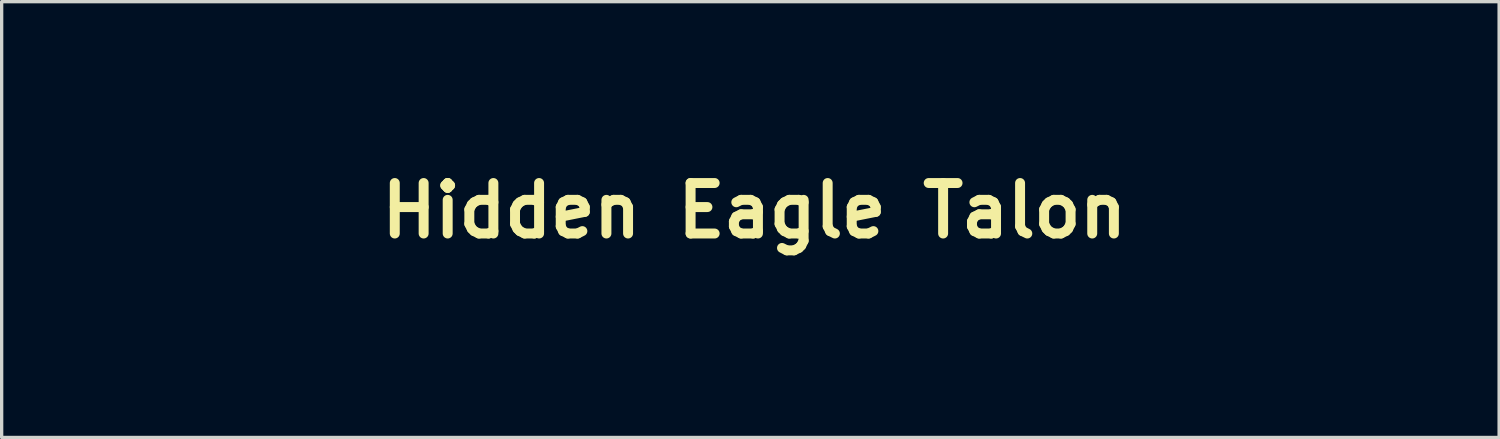
<source format=kicad_pcb>
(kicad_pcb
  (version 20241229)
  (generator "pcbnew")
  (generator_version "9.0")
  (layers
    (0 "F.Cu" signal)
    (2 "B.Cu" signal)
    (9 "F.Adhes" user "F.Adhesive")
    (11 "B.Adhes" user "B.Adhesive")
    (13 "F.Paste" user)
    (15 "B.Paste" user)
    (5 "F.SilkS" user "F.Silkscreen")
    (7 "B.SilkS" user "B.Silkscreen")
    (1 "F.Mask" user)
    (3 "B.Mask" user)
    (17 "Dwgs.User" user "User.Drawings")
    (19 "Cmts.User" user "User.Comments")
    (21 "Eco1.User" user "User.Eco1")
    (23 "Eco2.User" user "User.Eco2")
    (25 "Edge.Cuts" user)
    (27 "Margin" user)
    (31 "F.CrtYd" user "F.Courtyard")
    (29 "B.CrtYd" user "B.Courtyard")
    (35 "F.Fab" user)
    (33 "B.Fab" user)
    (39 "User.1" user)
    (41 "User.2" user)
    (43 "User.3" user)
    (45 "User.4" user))
  (footprint "Hidden Eagle Talon"
    (layer "F.Cu")
    (at 19.712 3.307)
    (property "Reference" "Hidden Eagle Talon" (at 0 0 0) (layer "F.SilkS") (effects (font (size 1.524 1.524) (thickness 0.3))))
    (attr through_hole)
    (fp_poly (pts (xy -2.213 -1.814) (xy -2.431 -1.814) (xy -2.431 -2.83) (xy -2.213 -2.83) (xy -2.213 -1.814)) (stroke (width 0.01) (type solid)) (fill yes) (layer "F.Mask"))
    (fp_poly (pts (xy 0.254 3.375) (xy 0.036 3.375) (xy 0.036 2.359) (xy 0.254 2.359) (xy 0.254 3.375)) (stroke (width 0.01) (type solid)) (fill yes) (layer "F.Mask"))
    (fp_poly (pts (xy 9.362 3.375) (xy 9.144 3.375) (xy 9.144 1.887) (xy 9.362 1.887) (xy 9.362 3.375)) (stroke (width 0.01) (type solid)) (fill yes) (layer "F.Mask"))
    (fp_poly (pts (xy 10.233 0.762) (xy 10.015 0.762) (xy 10.015 -0.254) (xy 10.233 -0.254) (xy 10.233 0.762)) (stroke (width 0.01) (type solid)) (fill yes) (layer "F.Mask"))
    (fp_poly (pts (xy 13.68 3.375) (xy 13.462 3.375) (xy 13.462 1.887) (xy 13.68 1.887) (xy 13.68 3.375)) (stroke (width 0.01) (type solid)) (fill yes) (layer "F.Mask"))
    (fp_poly (pts (xy 17.018 -1.814) (xy 16.837 -1.814) (xy 16.837 -3.302) (xy 17.018 -3.302) (xy 17.018 -1.814)) (stroke (width 0.01) (type solid)) (fill yes) (layer "F.Mask"))
    (fp_poly (pts (xy 9.217 0.544) (xy 9.761 0.544) (xy 9.761 0.762) (xy 8.999 0.762) (xy 8.999 -0.617) (xy 9.217 -0.617) (xy 9.217 0.544)) (stroke (width 0.01) (type solid)) (fill yes) (layer "F.Mask"))
    (fp_poly (pts (xy -2.227 -3.239) (xy -2.199 -3.196) (xy -2.195 -3.139) (xy -2.206 -3.059) (xy -2.253 -3.026) (xy -2.295 -3.018) (xy -2.384 -3.028) (xy -2.416 -3.062) (xy -2.431 -3.164) (xy -2.386 -3.228) (xy -2.304 -3.248) (xy -2.227 -3.239)) (stroke (width 0.01) (type solid)) (fill yes) (layer "F.Mask"))
    (fp_poly (pts (xy 0.241 1.95) (xy 0.269 1.993) (xy 0.272 2.05) (xy 0.261 2.13) (xy 0.214 2.163) (xy 0.172 2.171) (xy 0.083 2.161) (xy 0.051 2.127) (xy 0.037 2.025) (xy 0.081 1.96) (xy 0.164 1.941) (xy 0.241 1.95)) (stroke (width 0.01) (type solid)) (fill yes) (layer "F.Mask"))
    (fp_poly (pts (xy 10.189 -0.659) (xy 10.212 -0.609) (xy 10.214 -0.562) (xy 10.202 -0.48) (xy 10.153 -0.446) (xy 10.133 -0.442) (xy 10.057 -0.454) (xy 10.03 -0.485) (xy 10.016 -0.585) (xy 10.056 -0.652) (xy 10.124 -0.671) (xy 10.189 -0.659)) (stroke (width 0.01) (type solid)) (fill yes) (layer "F.Mask"))
    (fp_poly (pts (xy -1.125 2.576) (xy -0.544 2.576) (xy -0.544 1.996) (xy -0.327 1.996) (xy -0.327 3.375) (xy -0.544 3.375) (xy -0.544 2.794) (xy -1.125 2.794) (xy -1.125 3.375) (xy -1.343 3.375) (xy -1.343 1.996) (xy -1.125 1.996) (xy -1.125 2.576)) (stroke (width 0.01) (type solid)) (fill yes) (layer "F.Mask"))
    (fp_poly (pts (xy 6.568 2.213) (xy 5.951 2.213) (xy 5.951 2.576) (xy 6.459 2.576) (xy 6.459 2.794) (xy 5.951 2.794) (xy 5.951 3.157) (xy 6.568 3.157) (xy 6.568 3.375) (xy 5.733 3.375) (xy 5.733 1.996) (xy 6.568 1.996) (xy 6.568 2.213)) (stroke (width 0.01) (type solid)) (fill yes) (layer "F.Mask"))
    (fp_poly (pts (xy -11.732 1.987) (xy -11.61 2.162) (xy -11.488 2.337) (xy -11.378 2.492) (xy -11.295 2.609) (xy -11.286 2.622) (xy -11.136 2.83) (xy -14.262 2.83) (xy -14.076 2.567) (xy -13.977 2.426) (xy -13.854 2.251) (xy -13.724 2.066) (xy -13.631 1.933) (xy -13.371 1.561) (xy -12.7 1.561) (xy -12.029 1.561) (xy -11.732 1.987)) (stroke (width 0.01) (type solid)) (fill yes) (layer "F.Mask"))
    (fp_poly (pts (xy 12.119 2.105) (xy 12.116 2.167) (xy 12.094 2.199) (xy 12.036 2.211) (xy 11.923 2.213) (xy 11.92 2.213) (xy 11.72 2.213) (xy 11.72 3.375) (xy 11.503 3.375) (xy 11.503 2.213) (xy 11.303 2.213) (xy 11.189 2.212) (xy 11.13 2.2) (xy 11.107 2.168) (xy 11.103 2.106) (xy 11.103 2.105) (xy 11.103 1.996) (xy 12.119 1.996) (xy 12.119 2.105)) (stroke (width 0.01) (type solid)) (fill yes) (layer "F.Mask"))
    (fp_poly (pts (xy 4.679 2.335) (xy 4.785 2.389) (xy 4.81 2.411) (xy 4.847 2.453) (xy 4.872 2.499) (xy 4.888 2.562) (xy 4.895 2.66) (xy 4.898 2.805) (xy 4.899 2.937) (xy 4.899 3.375) (xy 4.683 3.375) (xy 4.663 2.522) (xy 4.54 2.51) (xy 4.427 2.508) (xy 4.331 2.52) (xy 4.294 2.532) (xy 4.27 2.555) (xy 4.255 2.602) (xy 4.248 2.686) (xy 4.246 2.82) (xy 4.245 2.958) (xy 4.245 3.375) (xy 4.028 3.375) (xy 4.028 2.359) (xy 4.115 2.359) (xy 4.187 2.371) (xy 4.215 2.394) (xy 4.255 2.406) (xy 4.343 2.387) (xy 4.372 2.377) (xy 4.546 2.331) (xy 4.679 2.335)) (stroke (width 0.01) (type solid)) (fill yes) (layer "F.Mask"))
    (fp_poly (pts (xy 17.606 -2.422) (xy 17.617 -2.014) (xy 17.74 -2.002) (xy 17.853 -2) (xy 17.948 -2.012) (xy 17.986 -2.024) (xy 18.01 -2.048) (xy 18.025 -2.097) (xy 18.032 -2.183) (xy 18.034 -2.321) (xy 18.034 -2.432) (xy 18.034 -2.83) (xy 18.252 -2.83) (xy 18.252 -1.814) (xy 18.164 -1.814) (xy 18.092 -1.827) (xy 18.064 -1.85) (xy 18.025 -1.862) (xy 17.937 -1.843) (xy 17.907 -1.833) (xy 17.733 -1.787) (xy 17.6 -1.79) (xy 17.495 -1.845) (xy 17.47 -1.867) (xy 17.432 -1.909) (xy 17.407 -1.954) (xy 17.392 -2.018) (xy 17.384 -2.115) (xy 17.381 -2.26) (xy 17.381 -2.393) (xy 17.381 -2.83) (xy 17.596 -2.83) (xy 17.606 -2.422)) (stroke (width 0.01) (type solid)) (fill yes) (layer "F.Mask"))
    (fp_poly (pts (xy 11.238 -0.272) (xy 11.347 -0.232) (xy 11.393 -0.182) (xy 11.408 -0.12) (xy 11.419 -0.003) (xy 11.427 0.153) (xy 11.43 0.324) (xy 11.43 0.762) (xy 11.215 0.762) (xy 11.194 -0.091) (xy 11.06 -0.102) (xy 10.946 -0.106) (xy 10.867 -0.089) (xy 10.818 -0.041) (xy 10.79 0.05) (xy 10.779 0.194) (xy 10.777 0.364) (xy 10.777 0.762) (xy 10.595 0.762) (xy 10.595 0.254) (xy 10.596 0.053) (xy 10.599 -0.087) (xy 10.605 -0.176) (xy 10.617 -0.227) (xy 10.636 -0.249) (xy 10.663 -0.254) (xy 10.665 -0.254) (xy 10.729 -0.237) (xy 10.747 -0.217) (xy 10.787 -0.204) (xy 10.884 -0.223) (xy 10.933 -0.239) (xy 11.094 -0.275) (xy 11.238 -0.272)) (stroke (width 0.01) (type solid)) (fill yes) (layer "F.Mask"))
    (fp_poly (pts (xy 15.81 2.341) (xy 15.919 2.381) (xy 15.965 2.43) (xy 15.98 2.492) (xy 15.991 2.61) (xy 15.999 2.766) (xy 16.002 2.937) (xy 16.002 3.375) (xy 15.787 3.375) (xy 15.766 2.522) (xy 15.632 2.511) (xy 15.518 2.507) (xy 15.439 2.523) (xy 15.39 2.572) (xy 15.362 2.663) (xy 15.351 2.806) (xy 15.349 2.977) (xy 15.349 3.375) (xy 15.167 3.375) (xy 15.167 2.867) (xy 15.168 2.665) (xy 15.171 2.526) (xy 15.177 2.436) (xy 15.189 2.386) (xy 15.208 2.364) (xy 15.235 2.359) (xy 15.237 2.359) (xy 15.301 2.375) (xy 15.319 2.396) (xy 15.359 2.409) (xy 15.456 2.389) (xy 15.505 2.374) (xy 15.666 2.338) (xy 15.81 2.341)) (stroke (width 0.01) (type solid)) (fill yes) (layer "F.Mask"))
    (fp_poly (pts (xy -8.738 0.256) (xy -8.419 0.258) (xy -8.16 0.26) (xy -7.954 0.263) (xy -7.798 0.268) (xy -7.686 0.274) (xy -7.614 0.281) (xy -7.577 0.29) (xy -7.57 0.299) (xy -7.656 0.434) (xy -7.761 0.583) (xy -7.872 0.73) (xy -7.977 0.858) (xy -8.063 0.952) (xy -8.103 0.988) (xy -8.219 1.07) (xy -10.191 1.08) (xy -10.561 1.082) (xy -10.908 1.082) (xy -11.225 1.081) (xy -11.507 1.079) (xy -11.745 1.077) (xy -11.935 1.073) (xy -12.068 1.069) (xy -12.14 1.063) (xy -12.15 1.06) (xy -12.125 1.021) (xy -12.067 0.934) (xy -11.984 0.812) (xy -11.883 0.668) (xy -11.865 0.643) (xy -11.593 0.257) (xy -9.568 0.255) (xy -9.119 0.255) (xy -8.738 0.256)) (stroke (width 0.01) (type solid)) (fill yes) (layer "F.Mask"))
    (fp_poly (pts (xy 2.611 -2.814) (xy 2.644 -2.808) (xy 2.732 -2.773) (xy 2.758 -2.717) (xy 2.748 -2.677) (xy 2.706 -2.657) (xy 2.615 -2.649) (xy 2.56 -2.649) (xy 2.415 -2.635) (xy 2.321 -2.586) (xy 2.269 -2.492) (xy 2.25 -2.342) (xy 2.25 -2.296) (xy 2.266 -2.135) (xy 2.32 -2.031) (xy 2.421 -1.976) (xy 2.576 -1.959) (xy 2.686 -1.955) (xy 2.74 -1.938) (xy 2.757 -1.903) (xy 2.758 -1.891) (xy 2.725 -1.838) (xy 2.641 -1.8) (xy 2.524 -1.781) (xy 2.395 -1.783) (xy 2.273 -1.81) (xy 2.259 -1.815) (xy 2.153 -1.895) (xy 2.077 -2.031) (xy 2.037 -2.208) (xy 2.032 -2.297) (xy 2.056 -2.512) (xy 2.126 -2.672) (xy 2.243 -2.776) (xy 2.405 -2.824) (xy 2.611 -2.814)) (stroke (width 0.01) (type solid)) (fill yes) (layer "F.Mask"))
    (fp_poly (pts (xy 5.841 -0.237) (xy 5.874 -0.231) (xy 5.962 -0.196) (xy 5.987 -0.141) (xy 5.977 -0.101) (xy 5.935 -0.08) (xy 5.845 -0.073) (xy 5.79 -0.073) (xy 5.644 -0.059) (xy 5.55 -0.01) (xy 5.498 0.084) (xy 5.48 0.235) (xy 5.479 0.28) (xy 5.495 0.441) (xy 5.549 0.545) (xy 5.65 0.601) (xy 5.806 0.617) (xy 5.915 0.621) (xy 5.97 0.638) (xy 5.987 0.674) (xy 5.987 0.685) (xy 5.955 0.738) (xy 5.87 0.776) (xy 5.754 0.795) (xy 5.625 0.793) (xy 5.502 0.766) (xy 5.488 0.761) (xy 5.382 0.681) (xy 5.306 0.546) (xy 5.266 0.368) (xy 5.262 0.279) (xy 5.285 0.064) (xy 5.356 -0.096) (xy 5.472 -0.2) (xy 5.634 -0.247) (xy 5.841 -0.237)) (stroke (width 0.01) (type solid)) (fill yes) (layer "F.Mask"))
    (fp_poly (pts (xy -4.004 -2.862) (xy -4.198 -2.527) (xy -4.004 -2.184) (xy -3.925 -2.044) (xy -3.862 -1.929) (xy -3.821 -1.852) (xy -3.81 -1.828) (xy -3.842 -1.819) (xy -3.919 -1.814) (xy -3.929 -1.814) (xy -3.989 -1.819) (xy -4.038 -1.842) (xy -4.087 -1.894) (xy -4.149 -1.988) (xy -4.213 -2.095) (xy -4.295 -2.232) (xy -4.356 -2.317) (xy -4.408 -2.364) (xy -4.462 -2.384) (xy -4.492 -2.388) (xy -4.608 -2.399) (xy -4.608 -1.814) (xy -4.826 -1.814) (xy -4.826 -3.193) (xy -4.608 -3.193) (xy -4.608 -2.608) (xy -4.495 -2.619) (xy -4.435 -2.632) (xy -4.383 -2.667) (xy -4.328 -2.736) (xy -4.256 -2.852) (xy -4.227 -2.903) (xy -4.15 -3.036) (xy -4.093 -3.117) (xy -4.044 -3.161) (xy -3.988 -3.181) (xy -3.942 -3.186) (xy -3.811 -3.197) (xy -4.004 -2.862)) (stroke (width 0.01) (type solid)) (fill yes) (layer "F.Mask"))
    (fp_poly (pts (xy 6.459 0.12) (xy 6.462 0.311) (xy 6.474 0.441) (xy 6.5 0.521) (xy 6.546 0.563) (xy 6.616 0.579) (xy 6.663 0.581) (xy 6.76 0.578) (xy 6.825 0.563) (xy 6.865 0.522) (xy 6.886 0.444) (xy 6.893 0.317) (xy 6.894 0.141) (xy 6.894 -0.254) (xy 7.112 -0.254) (xy 7.112 0.254) (xy 7.111 0.455) (xy 7.109 0.595) (xy 7.102 0.684) (xy 7.09 0.735) (xy 7.072 0.757) (xy 7.045 0.762) (xy 7.042 0.762) (xy 6.973 0.746) (xy 6.95 0.728) (xy 6.903 0.716) (xy 6.81 0.736) (xy 6.78 0.746) (xy 6.596 0.792) (xy 6.451 0.784) (xy 6.347 0.73) (xy 6.312 0.697) (xy 6.287 0.655) (xy 6.271 0.59) (xy 6.26 0.489) (xy 6.252 0.339) (xy 6.248 0.204) (xy 6.232 -0.254) (xy 6.459 -0.254) (xy 6.459 0.12)) (stroke (width 0.01) (type solid)) (fill yes) (layer "F.Mask"))
    (fp_poly (pts (xy -15.832 0.255) (xy -13.807 0.257) (xy -13.535 0.643) (xy -13.432 0.79) (xy -13.345 0.916) (xy -13.282 1.009) (xy -13.252 1.057) (xy -13.25 1.059) (xy -13.283 1.064) (xy -13.38 1.069) (xy -13.534 1.073) (xy -13.736 1.077) (xy -13.979 1.08) (xy -14.254 1.082) (xy -14.554 1.084) (xy -14.87 1.085) (xy -15.194 1.085) (xy -15.519 1.085) (xy -15.835 1.084) (xy -16.137 1.083) (xy -16.414 1.081) (xy -16.66 1.079) (xy -16.866 1.075) (xy -17.024 1.071) (xy -17.126 1.067) (xy -17.163 1.062) (xy -17.276 0.994) (xy -17.411 0.869) (xy -17.558 0.698) (xy -17.709 0.491) (xy -17.83 0.299) (xy -17.823 0.289) (xy -17.785 0.281) (xy -17.711 0.274) (xy -17.598 0.268) (xy -17.44 0.263) (xy -17.232 0.26) (xy -16.971 0.258) (xy -16.651 0.256) (xy -16.267 0.255) (xy -15.832 0.255)) (stroke (width 0.01) (type solid)) (fill yes) (layer "F.Mask"))
    (fp_poly (pts (xy -12.396 -3.046) (xy -12.236 -3.037) (xy -12.118 -3.012) (xy -12.024 -2.965) (xy -11.94 -2.887) (xy -11.849 -2.772) (xy -11.764 -2.653) (xy -11.609 -2.431) (xy -11.9 -2.431) (xy -12.036 -2.428) (xy -12.137 -2.42) (xy -12.189 -2.408) (xy -12.192 -2.404) (xy -12.186 -2.358) (xy -12.168 -2.259) (xy -12.144 -2.124) (xy -12.115 -1.97) (xy -12.086 -1.815) (xy -12.059 -1.677) (xy -12.038 -1.573) (xy -12.029 -1.533) (xy -12.009 -1.451) (xy -13.397 -1.451) (xy -13.377 -1.533) (xy -13.363 -1.6) (xy -13.339 -1.719) (xy -13.308 -1.879) (xy -13.272 -2.066) (xy -13.234 -2.266) (xy -13.197 -2.466) (xy -13.162 -2.654) (xy -13.133 -2.815) (xy -13.111 -2.937) (xy -13.1 -3.005) (xy -13.099 -3.015) (xy -13.065 -3.027) (xy -12.972 -3.037) (xy -12.832 -3.044) (xy -12.66 -3.048) (xy -12.612 -3.048) (xy -12.396 -3.046)) (stroke (width 0.01) (type solid)) (fill yes) (layer "F.Mask"))
    (fp_poly (pts (xy 16.337 -3.175) (xy 16.361 -3.171) (xy 16.469 -3.143) (xy 16.523 -3.105) (xy 16.54 -3.057) (xy 16.541 -3.013) (xy 16.519 -2.988) (xy 16.458 -2.978) (xy 16.341 -2.975) (xy 16.321 -2.975) (xy 16.143 -2.963) (xy 16.02 -2.921) (xy 15.941 -2.842) (xy 15.895 -2.729) (xy 15.861 -2.55) (xy 15.871 -2.382) (xy 15.896 -2.275) (xy 15.948 -2.138) (xy 16.021 -2.053) (xy 16.133 -2.009) (xy 16.297 -1.996) (xy 16.31 -1.996) (xy 16.437 -1.994) (xy 16.508 -1.985) (xy 16.539 -1.962) (xy 16.546 -1.92) (xy 16.546 -1.91) (xy 16.533 -1.85) (xy 16.482 -1.817) (xy 16.41 -1.801) (xy 16.218 -1.78) (xy 16.067 -1.793) (xy 15.935 -1.839) (xy 15.931 -1.842) (xy 15.803 -1.936) (xy 15.716 -2.077) (xy 15.664 -2.271) (xy 15.651 -2.383) (xy 15.653 -2.646) (xy 15.703 -2.861) (xy 15.8 -3.024) (xy 15.939 -3.133) (xy 16.119 -3.184) (xy 16.337 -3.175)) (stroke (width 0.01) (type solid)) (fill yes) (layer "F.Mask"))
    (fp_poly (pts (xy -8.288 -1.015) (xy -7.935 -1.014) (xy -7.611 -1.013) (xy -7.323 -1.011) (xy -7.077 -1.008) (xy -6.879 -1.006) (xy -6.737 -1.002) (xy -6.657 -0.999) (xy -6.64 -0.997) (xy -6.66 -0.961) (xy -6.715 -0.88) (xy -6.796 -0.767) (xy -6.877 -0.655) (xy -6.948 -0.555) (xy -7.009 -0.471) (xy -7.066 -0.4) (xy -7.125 -0.342) (xy -7.193 -0.295) (xy -7.275 -0.258) (xy -7.378 -0.23) (xy -7.508 -0.21) (xy -7.672 -0.196) (xy -7.875 -0.187) (xy -8.124 -0.183) (xy -8.425 -0.181) (xy -8.785 -0.181) (xy -9.209 -0.181) (xy -9.34 -0.181) (xy -9.705 -0.182) (xy -10.046 -0.183) (xy -10.358 -0.186) (xy -10.633 -0.189) (xy -10.865 -0.193) (xy -11.047 -0.197) (xy -11.173 -0.202) (xy -11.236 -0.208) (xy -11.243 -0.21) (xy -11.218 -0.249) (xy -11.16 -0.335) (xy -11.077 -0.456) (xy -10.976 -0.601) (xy -10.958 -0.627) (xy -10.686 -1.015) (xy -8.663 -1.015) (xy -8.288 -1.015)) (stroke (width 0.01) (type solid)) (fill yes) (layer "F.Mask"))
    (fp_poly (pts (xy 14.532 2.339) (xy 14.687 2.402) (xy 14.798 2.522) (xy 14.862 2.696) (xy 14.877 2.867) (xy 14.854 3.071) (xy 14.787 3.231) (xy 14.68 3.338) (xy 14.636 3.361) (xy 14.471 3.402) (xy 14.301 3.401) (xy 14.202 3.375) (xy 14.085 3.292) (xy 14.001 3.16) (xy 13.952 2.997) (xy 13.949 2.943) (xy 14.165 2.943) (xy 14.189 3.072) (xy 14.242 3.169) (xy 14.248 3.176) (xy 14.33 3.217) (xy 14.439 3.227) (xy 14.541 3.206) (xy 14.589 3.172) (xy 14.624 3.091) (xy 14.645 2.967) (xy 14.65 2.826) (xy 14.64 2.696) (xy 14.615 2.613) (xy 14.534 2.531) (xy 14.412 2.505) (xy 14.312 2.519) (xy 14.243 2.571) (xy 14.194 2.672) (xy 14.167 2.803) (xy 14.165 2.943) (xy 13.949 2.943) (xy 13.942 2.821) (xy 13.972 2.649) (xy 14.045 2.498) (xy 14.075 2.46) (xy 14.175 2.377) (xy 14.303 2.337) (xy 14.335 2.333) (xy 14.532 2.339)) (stroke (width 0.01) (type solid)) (fill yes) (layer "F.Mask"))
    (fp_poly (pts (xy 11.491 -2.828) (xy 11.631 -2.747) (xy 11.714 -2.633) (xy 11.764 -2.476) (xy 11.78 -2.299) (xy 11.759 -2.124) (xy 11.701 -1.973) (xy 11.696 -1.965) (xy 11.591 -1.864) (xy 11.444 -1.803) (xy 11.276 -1.786) (xy 11.107 -1.82) (xy 11.079 -1.831) (xy 10.962 -1.914) (xy 10.887 -2.047) (xy 10.853 -2.234) (xy 10.85 -2.322) (xy 11.067 -2.322) (xy 11.083 -2.144) (xy 11.134 -2.028) (xy 11.222 -1.969) (xy 11.293 -1.959) (xy 11.396 -1.978) (xy 11.473 -2.019) (xy 11.511 -2.074) (xy 11.532 -2.16) (xy 11.539 -2.297) (xy 11.539 -2.316) (xy 11.527 -2.49) (xy 11.488 -2.603) (xy 11.417 -2.665) (xy 11.306 -2.685) (xy 11.299 -2.685) (xy 11.186 -2.661) (xy 11.113 -2.584) (xy 11.074 -2.449) (xy 11.067 -2.322) (xy 10.85 -2.322) (xy 10.85 -2.33) (xy 10.862 -2.507) (xy 10.9 -2.637) (xy 10.92 -2.674) (xy 11.024 -2.78) (xy 11.167 -2.842) (xy 11.33 -2.859) (xy 11.491 -2.828)) (stroke (width 0.01) (type solid)) (fill yes) (layer "F.Mask"))
    (fp_poly (pts (xy 13.813 -2.828) (xy 13.954 -2.747) (xy 14.036 -2.633) (xy 14.086 -2.476) (xy 14.102 -2.299) (xy 14.082 -2.124) (xy 14.023 -1.973) (xy 14.018 -1.965) (xy 13.914 -1.864) (xy 13.767 -1.803) (xy 13.598 -1.786) (xy 13.429 -1.82) (xy 13.401 -1.831) (xy 13.284 -1.914) (xy 13.209 -2.047) (xy 13.175 -2.234) (xy 13.172 -2.322) (xy 13.389 -2.322) (xy 13.406 -2.144) (xy 13.456 -2.028) (xy 13.544 -1.969) (xy 13.615 -1.959) (xy 13.719 -1.978) (xy 13.795 -2.019) (xy 13.834 -2.074) (xy 13.854 -2.16) (xy 13.861 -2.297) (xy 13.861 -2.316) (xy 13.849 -2.49) (xy 13.811 -2.603) (xy 13.739 -2.665) (xy 13.628 -2.685) (xy 13.622 -2.685) (xy 13.509 -2.661) (xy 13.435 -2.584) (xy 13.397 -2.449) (xy 13.389 -2.322) (xy 13.172 -2.322) (xy 13.172 -2.33) (xy 13.184 -2.507) (xy 13.223 -2.637) (xy 13.243 -2.674) (xy 13.346 -2.78) (xy 13.49 -2.842) (xy 13.652 -2.859) (xy 13.813 -2.828)) (stroke (width 0.01) (type solid)) (fill yes) (layer "F.Mask"))
    (fp_poly (pts (xy 18.796 -2.807) (xy 18.973 -2.843) (xy 19.152 -2.856) (xy 19.292 -2.819) (xy 19.386 -2.734) (xy 19.407 -2.691) (xy 19.455 -2.505) (xy 19.469 -2.309) (xy 19.45 -2.124) (xy 19.401 -1.967) (xy 19.325 -1.862) (xy 19.202 -1.793) (xy 19.058 -1.788) (xy 18.905 -1.836) (xy 18.81 -1.866) (xy 18.767 -1.854) (xy 18.766 -1.852) (xy 18.725 -1.823) (xy 18.666 -1.814) (xy 18.578 -1.814) (xy 18.578 -2.193) (xy 18.802 -2.193) (xy 18.811 -2.086) (xy 18.833 -2.033) (xy 18.84 -2.027) (xy 18.92 -2.002) (xy 19.028 -1.998) (xy 19.13 -2.012) (xy 19.188 -2.039) (xy 19.214 -2.102) (xy 19.229 -2.212) (xy 19.233 -2.345) (xy 19.225 -2.478) (xy 19.208 -2.586) (xy 19.18 -2.646) (xy 19.18 -2.647) (xy 19.113 -2.671) (xy 19.009 -2.68) (xy 18.971 -2.678) (xy 18.814 -2.667) (xy 18.804 -2.362) (xy 18.802 -2.193) (xy 18.578 -2.193) (xy 18.578 -3.302) (xy 18.796 -3.302) (xy 18.796 -2.807)) (stroke (width 0.01) (type solid)) (fill yes) (layer "F.Mask"))
    (fp_poly (pts (xy -14.714 -1.015) (xy -14.442 -0.627) (xy -14.339 -0.48) (xy -14.252 -0.354) (xy -14.19 -0.261) (xy -14.159 -0.213) (xy -14.157 -0.21) (xy -14.19 -0.205) (xy -14.289 -0.199) (xy -14.447 -0.195) (xy -14.658 -0.191) (xy -14.915 -0.187) (xy -15.211 -0.184) (xy -15.54 -0.183) (xy -15.895 -0.182) (xy -16.062 -0.181) (xy -16.485 -0.182) (xy -16.84 -0.182) (xy -17.136 -0.183) (xy -17.378 -0.184) (xy -17.572 -0.187) (xy -17.725 -0.191) (xy -17.843 -0.196) (xy -17.932 -0.203) (xy -17.998 -0.212) (xy -18.048 -0.223) (xy -18.087 -0.237) (xy -18.123 -0.252) (xy -18.133 -0.257) (xy -18.23 -0.32) (xy -18.334 -0.42) (xy -18.457 -0.569) (xy -18.523 -0.657) (xy -18.618 -0.789) (xy -18.695 -0.898) (xy -18.745 -0.972) (xy -18.76 -0.999) (xy -18.725 -1.002) (xy -18.623 -1.005) (xy -18.462 -1.008) (xy -18.249 -1.01) (xy -17.988 -1.012) (xy -17.688 -1.014) (xy -17.354 -1.015) (xy -16.993 -1.015) (xy -16.737 -1.015) (xy -14.714 -1.015)) (stroke (width 0.01) (type solid)) (fill yes) (layer "F.Mask"))
    (fp_poly (pts (xy 1.314 -3.186) (xy 1.463 -3.175) (xy 1.674 -2.522) (xy 1.74 -2.316) (xy 1.798 -2.133) (xy 1.844 -1.985) (xy 1.874 -1.884) (xy 1.886 -1.84) (xy 1.886 -1.839) (xy 1.855 -1.822) (xy 1.779 -1.82) (xy 1.771 -1.821) (xy 1.698 -1.836) (xy 1.652 -1.875) (xy 1.616 -1.958) (xy 1.601 -2.005) (xy 1.548 -2.177) (xy 1.059 -2.177) (xy 1.012 -1.996) (xy 0.982 -1.889) (xy 0.95 -1.835) (xy 0.9 -1.816) (xy 0.842 -1.814) (xy 0.755 -1.825) (xy 0.734 -1.856) (xy 0.735 -1.86) (xy 0.751 -1.907) (xy 0.786 -2.012) (xy 0.834 -2.163) (xy 0.894 -2.348) (xy 0.909 -2.395) (xy 1.13 -2.395) (xy 1.482 -2.395) (xy 1.408 -2.658) (xy 1.371 -2.786) (xy 1.34 -2.884) (xy 1.322 -2.934) (xy 1.32 -2.936) (xy 1.304 -2.943) (xy 1.286 -2.918) (xy 1.261 -2.85) (xy 1.224 -2.728) (xy 1.204 -2.658) (xy 1.13 -2.395) (xy 0.909 -2.395) (xy 0.959 -2.551) (xy 1.165 -3.197) (xy 1.314 -3.186)) (stroke (width 0.01) (type solid)) (fill yes) (layer "F.Mask"))
    (fp_poly (pts (xy 14.65 -3.06) (xy 14.659 -2.988) (xy 14.659 -2.957) (xy 14.665 -2.872) (xy 14.697 -2.837) (xy 14.777 -2.83) (xy 14.786 -2.83) (xy 14.872 -2.824) (xy 14.907 -2.793) (xy 14.913 -2.74) (xy 14.904 -2.678) (xy 14.862 -2.653) (xy 14.785 -2.649) (xy 14.657 -2.649) (xy 14.678 -1.978) (xy 14.814 -1.966) (xy 14.908 -1.949) (xy 14.946 -1.913) (xy 14.95 -1.889) (xy 14.918 -1.83) (xy 14.838 -1.792) (xy 14.731 -1.779) (xy 14.618 -1.792) (xy 14.522 -1.834) (xy 14.486 -1.865) (xy 14.463 -1.907) (xy 14.449 -1.974) (xy 14.443 -2.081) (xy 14.442 -2.245) (xy 14.442 -2.27) (xy 14.441 -2.439) (xy 14.436 -2.549) (xy 14.426 -2.612) (xy 14.407 -2.641) (xy 14.378 -2.649) (xy 14.369 -2.649) (xy 14.312 -2.67) (xy 14.297 -2.74) (xy 14.314 -2.811) (xy 14.369 -2.83) (xy 14.423 -2.848) (xy 14.441 -2.914) (xy 14.442 -2.935) (xy 14.459 -3.02) (xy 14.52 -3.061) (xy 14.523 -3.061) (xy 14.611 -3.08) (xy 14.65 -3.06)) (stroke (width 0.01) (type solid)) (fill yes) (layer "F.Mask"))
    (fp_poly (pts (xy 1.488 3.375) (xy 1.4 3.375) (xy 1.328 3.361) (xy 1.3 3.337) (xy 1.259 3.322) (xy 1.166 3.349) (xy 1.153 3.355) (xy 0.983 3.403) (xy 0.837 3.392) (xy 0.774 3.368) (xy 0.685 3.284) (xy 0.628 3.136) (xy 0.602 2.922) (xy 0.601 2.884) (xy 0.824 2.884) (xy 0.833 3.013) (xy 0.854 3.109) (xy 0.869 3.136) (xy 0.939 3.175) (xy 1.048 3.193) (xy 1.164 3.185) (xy 1.213 3.171) (xy 1.242 3.145) (xy 1.26 3.086) (xy 1.268 2.981) (xy 1.27 2.848) (xy 1.267 2.689) (xy 1.253 2.588) (xy 1.218 2.532) (xy 1.153 2.509) (xy 1.049 2.504) (xy 1.036 2.504) (xy 0.939 2.519) (xy 0.872 2.557) (xy 0.871 2.558) (xy 0.843 2.63) (xy 0.827 2.747) (xy 0.824 2.884) (xy 0.601 2.884) (xy 0.601 2.846) (xy 0.619 2.627) (xy 0.676 2.47) (xy 0.772 2.372) (xy 0.91 2.331) (xy 1.091 2.346) (xy 1.27 2.382) (xy 1.27 1.887) (xy 1.488 1.887) (xy 1.488 3.375)) (stroke (width 0.01) (type solid)) (fill yes) (layer "F.Mask"))
    (fp_poly (pts (xy 5.007 -1.814) (xy 4.92 -1.814) (xy 4.848 -1.828) (xy 4.819 -1.852) (xy 4.779 -1.866) (xy 4.685 -1.839) (xy 4.672 -1.834) (xy 4.503 -1.786) (xy 4.357 -1.797) (xy 4.293 -1.821) (xy 4.204 -1.904) (xy 4.147 -2.053) (xy 4.122 -2.266) (xy 4.121 -2.305) (xy 4.344 -2.305) (xy 4.353 -2.176) (xy 4.374 -2.079) (xy 4.388 -2.053) (xy 4.459 -2.013) (xy 4.568 -1.996) (xy 4.684 -2.004) (xy 4.732 -2.018) (xy 4.762 -2.043) (xy 4.779 -2.102) (xy 4.788 -2.208) (xy 4.79 -2.34) (xy 4.787 -2.5) (xy 4.773 -2.601) (xy 4.738 -2.657) (xy 4.673 -2.68) (xy 4.569 -2.685) (xy 4.555 -2.685) (xy 4.459 -2.669) (xy 4.391 -2.632) (xy 4.39 -2.631) (xy 4.363 -2.559) (xy 4.347 -2.442) (xy 4.344 -2.305) (xy 4.121 -2.305) (xy 4.12 -2.343) (xy 4.139 -2.562) (xy 4.195 -2.719) (xy 4.292 -2.817) (xy 4.43 -2.858) (xy 4.61 -2.843) (xy 4.79 -2.807) (xy 4.79 -3.302) (xy 5.007 -3.302) (xy 5.007 -1.814)) (stroke (width 0.01) (type solid)) (fill yes) (layer "F.Mask"))
    (fp_poly (pts (xy 8.349 -2.432) (xy 8.399 -2.275) (xy 8.444 -2.146) (xy 8.477 -2.061) (xy 8.493 -2.033) (xy 8.511 -2.065) (xy 8.544 -2.153) (xy 8.588 -2.283) (xy 8.634 -2.431) (xy 8.755 -2.83) (xy 8.881 -2.83) (xy 8.963 -2.824) (xy 8.989 -2.801) (xy 8.981 -2.767) (xy 8.961 -2.712) (xy 8.921 -2.602) (xy 8.867 -2.45) (xy 8.802 -2.269) (xy 8.76 -2.15) (xy 8.671 -1.898) (xy 8.599 -1.707) (xy 8.543 -1.568) (xy 8.497 -1.472) (xy 8.458 -1.411) (xy 8.421 -1.377) (xy 8.399 -1.365) (xy 8.289 -1.346) (xy 8.17 -1.356) (xy 8.137 -1.367) (xy 8.099 -1.414) (xy 8.092 -1.454) (xy 8.11 -1.505) (xy 8.176 -1.523) (xy 8.202 -1.524) (xy 8.282 -1.536) (xy 8.333 -1.584) (xy 8.368 -1.655) (xy 8.4 -1.742) (xy 8.4 -1.791) (xy 8.367 -1.826) (xy 8.366 -1.827) (xy 8.334 -1.875) (xy 8.287 -1.979) (xy 8.229 -2.124) (xy 8.167 -2.297) (xy 8.149 -2.349) (xy 7.988 -2.83) (xy 8.224 -2.83) (xy 8.349 -2.432)) (stroke (width 0.01) (type solid)) (fill yes) (layer "F.Mask"))
    (fp_poly (pts (xy 10.211 -3.184) (xy 10.364 -3.155) (xy 10.47 -3.1) (xy 10.54 -3.016) (xy 10.559 -2.977) (xy 10.592 -2.826) (xy 10.582 -2.667) (xy 10.534 -2.525) (xy 10.468 -2.44) (xy 10.37 -2.356) (xy 10.501 -2.107) (xy 10.563 -1.986) (xy 10.609 -1.891) (xy 10.631 -1.84) (xy 10.632 -1.836) (xy 10.6 -1.821) (xy 10.522 -1.814) (xy 10.512 -1.814) (xy 10.449 -1.819) (xy 10.402 -1.842) (xy 10.358 -1.897) (xy 10.304 -1.997) (xy 10.269 -2.068) (xy 10.205 -2.197) (xy 10.157 -2.272) (xy 10.113 -2.309) (xy 10.06 -2.321) (xy 10.026 -2.322) (xy 9.906 -2.322) (xy 9.906 -1.814) (xy 9.688 -1.814) (xy 9.688 -2.975) (xy 9.906 -2.975) (xy 9.906 -2.54) (xy 10.085 -2.54) (xy 10.228 -2.554) (xy 10.317 -2.594) (xy 10.321 -2.597) (xy 10.363 -2.675) (xy 10.378 -2.758) (xy 10.354 -2.872) (xy 10.28 -2.942) (xy 10.149 -2.973) (xy 10.085 -2.975) (xy 9.906 -2.975) (xy 9.688 -2.975) (xy 9.688 -3.193) (xy 9.999 -3.193) (xy 10.211 -3.184)) (stroke (width 0.01) (type solid)) (fill yes) (layer "F.Mask"))
    (fp_poly (pts (xy 2.584 -0.606) (xy 2.746 -0.573) (xy 2.857 -0.514) (xy 2.924 -0.424) (xy 2.934 -0.398) (xy 2.969 -0.226) (xy 2.956 -0.061) (xy 2.902 0.079) (xy 2.809 0.174) (xy 2.803 0.177) (xy 2.775 0.2) (xy 2.768 0.235) (xy 2.786 0.297) (xy 2.833 0.4) (xy 2.875 0.487) (xy 3.011 0.762) (xy 2.891 0.762) (xy 2.829 0.757) (xy 2.782 0.734) (xy 2.738 0.679) (xy 2.683 0.579) (xy 2.649 0.508) (xy 2.585 0.38) (xy 2.537 0.304) (xy 2.493 0.267) (xy 2.44 0.255) (xy 2.406 0.254) (xy 2.286 0.254) (xy 2.286 0.762) (xy 2.068 0.762) (xy 2.068 0.036) (xy 2.286 0.036) (xy 2.467 0.036) (xy 2.583 0.03) (xy 2.652 0.006) (xy 2.702 -0.047) (xy 2.706 -0.054) (xy 2.742 -0.156) (xy 2.737 -0.265) (xy 2.695 -0.352) (xy 2.673 -0.371) (xy 2.614 -0.387) (xy 2.511 -0.397) (xy 2.458 -0.399) (xy 2.286 -0.399) (xy 2.286 0.036) (xy 2.068 0.036) (xy 2.068 -0.617) (xy 2.36 -0.617) (xy 2.584 -0.606)) (stroke (width 0.01) (type solid)) (fill yes) (layer "F.Mask"))
    (fp_poly (pts (xy 10.284 2.355) (xy 10.398 2.445) (xy 10.466 2.589) (xy 10.487 2.763) (xy 10.487 2.975) (xy 10.178 2.975) (xy 10.028 2.977) (xy 9.936 2.983) (xy 9.889 2.998) (xy 9.871 3.024) (xy 9.87 3.045) (xy 9.893 3.137) (xy 9.968 3.195) (xy 10.101 3.225) (xy 10.217 3.229) (xy 10.344 3.232) (xy 10.415 3.243) (xy 10.445 3.266) (xy 10.45 3.297) (xy 10.418 3.352) (xy 10.333 3.389) (xy 10.214 3.407) (xy 10.079 3.404) (xy 9.947 3.377) (xy 9.87 3.347) (xy 9.763 3.274) (xy 9.696 3.175) (xy 9.661 3.034) (xy 9.653 2.867) (xy 9.659 2.794) (xy 9.843 2.794) (xy 10.074 2.794) (xy 10.2 2.792) (xy 10.27 2.781) (xy 10.299 2.758) (xy 10.305 2.719) (xy 10.28 2.594) (xy 10.205 2.522) (xy 10.111 2.504) (xy 9.976 2.528) (xy 9.892 2.604) (xy 9.861 2.694) (xy 9.843 2.794) (xy 9.659 2.794) (xy 9.67 2.659) (xy 9.726 2.508) (xy 9.824 2.407) (xy 9.937 2.356) (xy 10.129 2.325) (xy 10.284 2.355)) (stroke (width 0.01) (type solid)) (fill yes) (layer "F.Mask"))
    (fp_poly (pts (xy 12.265 -2.802) (xy 12.409 -2.838) (xy 12.572 -2.859) (xy 12.718 -2.84) (xy 12.827 -2.785) (xy 12.86 -2.747) (xy 12.921 -2.6) (xy 12.947 -2.421) (xy 12.942 -2.233) (xy 12.905 -2.057) (xy 12.839 -1.918) (xy 12.807 -1.88) (xy 12.692 -1.8) (xy 12.561 -1.783) (xy 12.4 -1.825) (xy 12.374 -1.836) (xy 12.278 -1.866) (xy 12.236 -1.854) (xy 12.235 -1.852) (xy 12.193 -1.823) (xy 12.135 -1.814) (xy 12.047 -1.814) (xy 12.047 -2.339) (xy 12.265 -2.339) (xy 12.266 -2.183) (xy 12.278 -2.086) (xy 12.311 -2.033) (xy 12.373 -2.009) (xy 12.477 -2.001) (xy 12.505 -2) (xy 12.603 -2.015) (xy 12.666 -2.053) (xy 12.694 -2.124) (xy 12.71 -2.247) (xy 12.714 -2.34) (xy 12.704 -2.506) (xy 12.671 -2.611) (xy 12.607 -2.668) (xy 12.507 -2.685) (xy 12.499 -2.685) (xy 12.39 -2.681) (xy 12.322 -2.66) (xy 12.284 -2.609) (xy 12.268 -2.514) (xy 12.265 -2.362) (xy 12.265 -2.339) (xy 12.047 -2.339) (xy 12.047 -3.302) (xy 12.265 -3.302) (xy 12.265 -2.802)) (stroke (width 0.01) (type solid)) (fill yes) (layer "F.Mask"))
    (fp_poly (pts (xy 12.352 -0.257) (xy 12.466 -0.168) (xy 12.535 -0.023) (xy 12.555 0.15) (xy 12.555 0.363) (xy 12.246 0.363) (xy 12.096 0.364) (xy 12.004 0.371) (xy 11.957 0.385) (xy 11.94 0.412) (xy 11.938 0.433) (xy 11.961 0.524) (xy 12.036 0.583) (xy 12.169 0.612) (xy 12.285 0.617) (xy 12.413 0.619) (xy 12.483 0.63) (xy 12.513 0.654) (xy 12.519 0.685) (xy 12.486 0.74) (xy 12.402 0.777) (xy 12.283 0.794) (xy 12.148 0.791) (xy 12.015 0.765) (xy 11.939 0.735) (xy 11.831 0.662) (xy 11.764 0.563) (xy 11.73 0.422) (xy 11.721 0.254) (xy 11.727 0.181) (xy 11.912 0.181) (xy 12.143 0.181) (xy 12.268 0.179) (xy 12.338 0.169) (xy 12.368 0.145) (xy 12.373 0.106) (xy 12.348 -0.018) (xy 12.273 -0.09) (xy 12.18 -0.109) (xy 12.044 -0.084) (xy 11.96 -0.009) (xy 11.929 0.082) (xy 11.912 0.181) (xy 11.727 0.181) (xy 11.738 0.047) (xy 11.794 -0.104) (xy 11.892 -0.206) (xy 12.005 -0.257) (xy 12.197 -0.288) (xy 12.352 -0.257)) (stroke (width 0.01) (type solid)) (fill yes) (layer "F.Mask"))
    (fp_poly (pts (xy -13.602 -1.016) (xy -11.798 -1.016) (xy -10.879 -2.322) (xy -5.693 -2.322) (xy -5.885 -2.046) (xy -6.059 -1.817) (xy -6.216 -1.65) (xy -6.362 -1.542) (xy -6.484 -1.49) (xy -6.555 -1.481) (xy -6.697 -1.473) (xy -6.909 -1.466) (xy -7.189 -1.46) (xy -7.536 -1.456) (xy -7.947 -1.452) (xy -8.422 -1.45) (xy -8.763 -1.45) (xy -10.904 -1.448) (xy -11.793 -0.181) (xy -11.981 0.088) (xy -12.157 0.336) (xy -12.316 0.56) (xy -12.453 0.752) (xy -12.564 0.906) (xy -12.645 1.016) (xy -12.691 1.077) (xy -12.7 1.087) (xy -12.724 1.058) (xy -12.785 0.976) (xy -12.879 0.847) (xy -13.002 0.676) (xy -13.148 0.47) (xy -13.314 0.236) (xy -13.496 -0.022) (xy -13.607 -0.18) (xy -14.496 -1.447) (xy -16.637 -1.45) (xy -17.152 -1.451) (xy -17.604 -1.453) (xy -17.993 -1.457) (xy -18.316 -1.462) (xy -18.572 -1.468) (xy -18.76 -1.476) (xy -18.878 -1.484) (xy -18.916 -1.49) (xy -19.059 -1.554) (xy -19.207 -1.671) (xy -19.366 -1.847) (xy -19.515 -2.046) (xy -19.707 -2.322) (xy -14.521 -2.322) (xy -13.602 -1.016)) (stroke (width 0.01) (type solid)) (fill yes) (layer "F.Mask"))
    (fp_poly (pts (xy -0.27 -2.844) (xy -0.186 -2.824) (xy -0.116 -2.779) (xy -0.064 -2.73) (xy -0.005 -2.666) (xy 0.03 -2.609) (xy 0.048 -2.536) (xy 0.054 -2.425) (xy 0.054 -2.322) (xy 0.053 -2.176) (xy 0.043 -2.08) (xy 0.021 -2.015) (xy -0.022 -1.959) (xy -0.06 -1.919) (xy -0.161 -1.838) (xy -0.274 -1.799) (xy -0.35 -1.79) (xy -0.486 -1.791) (xy -0.596 -1.814) (xy -0.613 -1.822) (xy -0.736 -1.926) (xy -0.822 -2.077) (xy -0.866 -2.257) (xy -0.865 -2.298) (xy -0.647 -2.298) (xy -0.626 -2.153) (xy -0.579 -2.04) (xy -0.558 -2.015) (xy -0.467 -1.969) (xy -0.35 -1.965) (xy -0.241 -2.006) (xy -0.234 -2.011) (xy -0.196 -2.051) (xy -0.174 -2.115) (xy -0.165 -2.22) (xy -0.163 -2.322) (xy -0.173 -2.492) (xy -0.206 -2.601) (xy -0.269 -2.662) (xy -0.371 -2.684) (xy -0.403 -2.685) (xy -0.521 -2.655) (xy -0.601 -2.563) (xy -0.638 -2.448) (xy -0.647 -2.298) (xy -0.865 -2.298) (xy -0.862 -2.447) (xy -0.838 -2.549) (xy -0.763 -2.702) (xy -0.653 -2.798) (xy -0.498 -2.843) (xy -0.397 -2.848) (xy -0.27 -2.844)) (stroke (width 0.01) (type solid)) (fill yes) (layer "F.Mask"))
    (fp_poly (pts (xy -1.634 -2.43) (xy -1.584 -2.275) (xy -1.54 -2.153) (xy -1.505 -2.077) (xy -1.486 -2.058) (xy -1.465 -2.102) (xy -1.427 -2.2) (xy -1.379 -2.337) (xy -1.339 -2.458) (xy -1.285 -2.622) (xy -1.246 -2.729) (xy -1.213 -2.791) (xy -1.18 -2.821) (xy -1.137 -2.83) (xy -1.101 -2.83) (xy -0.983 -2.83) (xy -1.148 -2.368) (xy -1.217 -2.176) (xy -1.283 -1.989) (xy -1.341 -1.828) (xy -1.381 -1.713) (xy -1.383 -1.707) (xy -1.471 -1.515) (xy -1.574 -1.394) (xy -1.693 -1.343) (xy -1.83 -1.362) (xy -1.841 -1.367) (xy -1.88 -1.414) (xy -1.887 -1.454) (xy -1.869 -1.505) (xy -1.802 -1.523) (xy -1.776 -1.524) (xy -1.695 -1.536) (xy -1.643 -1.587) (xy -1.613 -1.65) (xy -1.574 -1.748) (xy -1.564 -1.796) (xy -1.582 -1.813) (xy -1.606 -1.814) (xy -1.634 -1.847) (xy -1.679 -1.937) (xy -1.736 -2.073) (xy -1.799 -2.242) (xy -1.811 -2.277) (xy -1.871 -2.451) (xy -1.924 -2.602) (xy -1.963 -2.717) (xy -1.985 -2.779) (xy -1.987 -2.785) (xy -1.97 -2.819) (xy -1.885 -2.83) (xy -1.879 -2.83) (xy -1.755 -2.83) (xy -1.634 -2.43)) (stroke (width 0.01) (type solid)) (fill yes) (layer "F.Mask"))
    (fp_poly (pts (xy 5.847 -2.854) (xy 5.88 -2.848) (xy 5.999 -2.787) (xy 6.083 -2.668) (xy 6.127 -2.501) (xy 6.132 -2.404) (xy 6.132 -2.213) (xy 5.806 -2.213) (xy 5.631 -2.209) (xy 5.522 -2.193) (xy 5.476 -2.161) (xy 5.486 -2.111) (xy 5.547 -2.037) (xy 5.552 -2.032) (xy 5.61 -1.99) (xy 5.693 -1.968) (xy 5.821 -1.96) (xy 5.863 -1.959) (xy 5.991 -1.957) (xy 6.062 -1.947) (xy 6.089 -1.925) (xy 6.089 -1.898) (xy 6.046 -1.846) (xy 5.951 -1.807) (xy 5.826 -1.785) (xy 5.69 -1.782) (xy 5.566 -1.801) (xy 5.53 -1.814) (xy 5.413 -1.897) (xy 5.329 -2.029) (xy 5.28 -2.192) (xy 5.269 -2.368) (xy 5.284 -2.459) (xy 5.479 -2.459) (xy 5.489 -2.424) (xy 5.529 -2.405) (xy 5.613 -2.396) (xy 5.72 -2.395) (xy 5.96 -2.395) (xy 5.937 -2.511) (xy 5.901 -2.615) (xy 5.835 -2.668) (xy 5.719 -2.684) (xy 5.708 -2.685) (xy 5.593 -2.653) (xy 5.51 -2.57) (xy 5.479 -2.459) (xy 5.284 -2.459) (xy 5.298 -2.541) (xy 5.37 -2.691) (xy 5.392 -2.72) (xy 5.512 -2.809) (xy 5.671 -2.856) (xy 5.847 -2.854)) (stroke (width 0.01) (type solid)) (fill yes) (layer "F.Mask"))
    (fp_poly (pts (xy 7.952 -0.278) (xy 7.985 -0.272) (xy 8.103 -0.211) (xy 8.187 -0.092) (xy 8.231 0.076) (xy 8.237 0.172) (xy 8.237 0.363) (xy 7.91 0.363) (xy 7.735 0.367) (xy 7.627 0.384) (xy 7.58 0.415) (xy 7.59 0.466) (xy 7.651 0.539) (xy 7.656 0.544) (xy 7.715 0.586) (xy 7.797 0.609) (xy 7.925 0.617) (xy 7.967 0.617) (xy 8.096 0.619) (xy 8.167 0.629) (xy 8.194 0.651) (xy 8.194 0.679) (xy 8.15 0.731) (xy 8.056 0.769) (xy 7.93 0.791) (xy 7.795 0.794) (xy 7.67 0.775) (xy 7.634 0.763) (xy 7.518 0.679) (xy 7.434 0.547) (xy 7.385 0.384) (xy 7.374 0.208) (xy 7.389 0.117) (xy 7.584 0.117) (xy 7.593 0.152) (xy 7.633 0.172) (xy 7.718 0.18) (xy 7.824 0.181) (xy 8.065 0.181) (xy 8.041 0.065) (xy 8.005 -0.039) (xy 7.939 -0.092) (xy 7.824 -0.108) (xy 7.813 -0.108) (xy 7.698 -0.077) (xy 7.615 0.006) (xy 7.584 0.117) (xy 7.389 0.117) (xy 7.403 0.036) (xy 7.475 -0.115) (xy 7.497 -0.143) (xy 7.616 -0.233) (xy 7.776 -0.28) (xy 7.952 -0.278)) (stroke (width 0.01) (type solid)) (fill yes) (layer "F.Mask"))
    (fp_poly (pts (xy 4.844 -0.274) (xy 4.95 -0.251) (xy 4.998 -0.218) (xy 5.007 -0.181) (xy 4.998 -0.144) (xy 4.961 -0.121) (xy 4.879 -0.108) (xy 4.763 -0.101) (xy 4.633 -0.094) (xy 4.559 -0.082) (xy 4.526 -0.059) (xy 4.518 -0.017) (xy 4.518 0) (xy 4.526 0.054) (xy 4.563 0.09) (xy 4.644 0.12) (xy 4.717 0.139) (xy 4.876 0.187) (xy 4.974 0.244) (xy 5.026 0.325) (xy 5.043 0.442) (xy 5.044 0.472) (xy 5.028 0.613) (xy 4.973 0.707) (xy 4.869 0.761) (xy 4.706 0.784) (xy 4.689 0.785) (xy 4.556 0.786) (xy 4.44 0.777) (xy 4.391 0.768) (xy 4.318 0.722) (xy 4.289 0.67) (xy 4.29 0.633) (xy 4.315 0.613) (xy 4.379 0.606) (xy 4.498 0.609) (xy 4.528 0.611) (xy 4.678 0.612) (xy 4.77 0.6) (xy 4.819 0.57) (xy 4.82 0.57) (xy 4.847 0.493) (xy 4.812 0.423) (xy 4.725 0.378) (xy 4.722 0.377) (xy 4.554 0.338) (xy 4.443 0.305) (xy 4.376 0.274) (xy 4.338 0.238) (xy 4.316 0.195) (xy 4.284 0.033) (xy 4.314 -0.101) (xy 4.401 -0.203) (xy 4.54 -0.266) (xy 4.722 -0.285) (xy 4.844 -0.274)) (stroke (width 0.01) (type solid)) (fill yes) (layer "F.Mask"))
    (fp_poly (pts (xy 3.542 2.35) (xy 3.661 2.41) (xy 3.683 2.431) (xy 3.738 2.531) (xy 3.774 2.673) (xy 3.784 2.826) (xy 3.781 2.876) (xy 3.769 2.975) (xy 3.463 2.975) (xy 3.313 2.977) (xy 3.222 2.983) (xy 3.175 2.998) (xy 3.158 3.025) (xy 3.157 3.045) (xy 3.18 3.137) (xy 3.255 3.195) (xy 3.388 3.225) (xy 3.504 3.229) (xy 3.632 3.232) (xy 3.702 3.243) (xy 3.732 3.266) (xy 3.737 3.297) (xy 3.705 3.351) (xy 3.62 3.388) (xy 3.5 3.406) (xy 3.364 3.404) (xy 3.231 3.38) (xy 3.168 3.358) (xy 3.051 3.275) (xy 2.977 3.142) (xy 2.942 2.955) (xy 2.939 2.859) (xy 2.953 2.706) (xy 3.157 2.706) (xy 3.162 2.755) (xy 3.188 2.781) (xy 3.252 2.792) (xy 3.372 2.794) (xy 3.375 2.794) (xy 3.495 2.792) (xy 3.56 2.782) (xy 3.587 2.756) (xy 3.592 2.704) (xy 3.592 2.692) (xy 3.57 2.581) (xy 3.497 2.52) (xy 3.388 2.504) (xy 3.262 2.531) (xy 3.182 2.606) (xy 3.157 2.706) (xy 2.953 2.706) (xy 2.958 2.653) (xy 3.017 2.502) (xy 3.119 2.402) (xy 3.224 2.356) (xy 3.388 2.331) (xy 3.542 2.35)) (stroke (width 0.01) (type solid)) (fill yes) (layer "F.Mask"))
    (fp_poly (pts (xy 3.832 -0.262) (xy 3.951 -0.203) (xy 3.973 -0.182) (xy 4.028 -0.081) (xy 4.065 0.06) (xy 4.075 0.213) (xy 4.071 0.263) (xy 4.059 0.363) (xy 3.753 0.363) (xy 3.604 0.364) (xy 3.513 0.371) (xy 3.466 0.386) (xy 3.449 0.412) (xy 3.447 0.433) (xy 3.471 0.524) (xy 3.545 0.583) (xy 3.678 0.612) (xy 3.794 0.617) (xy 3.922 0.619) (xy 3.993 0.63) (xy 4.022 0.654) (xy 4.028 0.685) (xy 3.995 0.738) (xy 3.91 0.775) (xy 3.79 0.793) (xy 3.655 0.792) (xy 3.521 0.767) (xy 3.459 0.745) (xy 3.342 0.662) (xy 3.267 0.53) (xy 3.233 0.343) (xy 3.23 0.247) (xy 3.244 0.093) (xy 3.447 0.093) (xy 3.452 0.142) (xy 3.478 0.169) (xy 3.543 0.179) (xy 3.663 0.181) (xy 3.665 0.181) (xy 3.785 0.18) (xy 3.85 0.17) (xy 3.877 0.143) (xy 3.883 0.092) (xy 3.883 0.08) (xy 3.86 -0.032) (xy 3.788 -0.093) (xy 3.678 -0.109) (xy 3.553 -0.082) (xy 3.472 -0.006) (xy 3.447 0.093) (xy 3.244 0.093) (xy 3.248 0.04) (xy 3.307 -0.11) (xy 3.41 -0.211) (xy 3.514 -0.257) (xy 3.678 -0.282) (xy 3.832 -0.262)) (stroke (width 0.01) (type solid)) (fill yes) (layer "F.Mask"))
    (fp_poly (pts (xy 2.649 3.375) (xy 2.558 3.375) (xy 2.49 3.363) (xy 2.467 3.34) (xy 2.438 3.33) (xy 2.366 3.349) (xy 2.342 3.358) (xy 2.174 3.404) (xy 2.024 3.399) (xy 1.947 3.37) (xy 1.874 3.29) (xy 1.819 3.159) (xy 1.786 2.994) (xy 1.778 2.848) (xy 1.996 2.848) (xy 2.004 3.013) (xy 2.034 3.118) (xy 2.092 3.174) (xy 2.184 3.193) (xy 2.199 3.193) (xy 2.307 3.183) (xy 2.394 3.157) (xy 2.397 3.156) (xy 2.433 3.127) (xy 2.454 3.076) (xy 2.465 2.987) (xy 2.467 2.844) (xy 2.467 2.833) (xy 2.465 2.677) (xy 2.449 2.581) (xy 2.409 2.529) (xy 2.335 2.508) (xy 2.216 2.504) (xy 2.212 2.504) (xy 2.109 2.517) (xy 2.044 2.563) (xy 2.009 2.654) (xy 1.996 2.802) (xy 1.996 2.848) (xy 1.778 2.848) (xy 1.777 2.817) (xy 1.794 2.645) (xy 1.831 2.521) (xy 1.907 2.402) (xy 2.016 2.34) (xy 2.167 2.332) (xy 2.252 2.346) (xy 2.358 2.363) (xy 2.431 2.368) (xy 2.449 2.364) (xy 2.459 2.321) (xy 2.465 2.227) (xy 2.467 2.117) (xy 2.469 1.992) (xy 2.479 1.923) (xy 2.502 1.894) (xy 2.547 1.887) (xy 2.558 1.887) (xy 2.649 1.887) (xy 2.649 3.375)) (stroke (width 0.01) (type solid)) (fill yes) (layer "F.Mask"))
    (fp_poly (pts (xy -3.14 -2.822) (xy -3.006 -2.8) (xy -2.896 -2.757) (xy -2.855 -2.726) (xy -2.82 -2.684) (xy -2.796 -2.63) (xy -2.781 -2.549) (xy -2.771 -2.426) (xy -2.764 -2.246) (xy -2.763 -2.231) (xy -2.75 -1.814) (xy -2.842 -1.814) (xy -2.92 -1.826) (xy -2.956 -1.848) (xy -3.001 -1.859) (xy -3.089 -1.835) (xy -3.102 -1.83) (xy -3.276 -1.783) (xy -3.427 -1.794) (xy -3.507 -1.831) (xy -3.579 -1.922) (xy -3.61 -2.05) (xy -3.609 -2.058) (xy -3.39 -2.058) (xy -3.348 -1.997) (xy -3.266 -1.961) (xy -3.161 -1.959) (xy -3.048 -1.996) (xy -3.046 -1.997) (xy -2.989 -2.063) (xy -2.975 -2.124) (xy -2.982 -2.177) (xy -3.012 -2.204) (xy -3.086 -2.213) (xy -3.156 -2.213) (xy -3.272 -2.207) (xy -3.339 -2.183) (xy -3.376 -2.139) (xy -3.39 -2.058) (xy -3.609 -2.058) (xy -3.594 -2.191) (xy -3.589 -2.208) (xy -3.516 -2.315) (xy -3.39 -2.375) (xy -3.215 -2.386) (xy -3.156 -2.38) (xy -3.05 -2.368) (xy -2.996 -2.374) (xy -2.977 -2.403) (xy -2.975 -2.445) (xy -2.995 -2.544) (xy -3.058 -2.607) (xy -3.175 -2.641) (xy -3.325 -2.649) (xy -3.453 -2.651) (xy -3.523 -2.662) (xy -3.55 -2.684) (xy -3.55 -2.71) (xy -3.505 -2.767) (xy -3.409 -2.805) (xy -3.281 -2.824) (xy -3.14 -2.822)) (stroke (width 0.01) (type solid)) (fill yes) (layer "F.Mask"))
    (fp_poly (pts (xy 7.602 -2.849) (xy 7.711 -2.779) (xy 7.712 -2.778) (xy 7.75 -2.736) (xy 7.775 -2.69) (xy 7.791 -2.626) (xy 7.798 -2.529) (xy 7.801 -2.384) (xy 7.801 -2.251) (xy 7.801 -1.814) (xy 7.584 -1.814) (xy 7.584 -2.192) (xy 7.582 -2.356) (xy 7.576 -2.496) (xy 7.568 -2.594) (xy 7.562 -2.628) (xy 7.508 -2.672) (xy 7.42 -2.685) (xy 7.323 -2.683) (xy 7.257 -2.668) (xy 7.216 -2.63) (xy 7.195 -2.555) (xy 7.186 -2.433) (xy 7.185 -2.252) (xy 7.185 -2.228) (xy 7.185 -1.814) (xy 7.003 -1.814) (xy 7.003 -2.18) (xy 6.999 -2.384) (xy 6.985 -2.527) (xy 6.957 -2.618) (xy 6.912 -2.667) (xy 6.845 -2.684) (xy 6.823 -2.685) (xy 6.733 -2.683) (xy 6.671 -2.667) (xy 6.633 -2.627) (xy 6.613 -2.549) (xy 6.605 -2.424) (xy 6.604 -2.238) (xy 6.604 -2.228) (xy 6.604 -1.814) (xy 6.386 -1.814) (xy 6.386 -2.322) (xy 6.387 -2.524) (xy 6.39 -2.664) (xy 6.397 -2.754) (xy 6.409 -2.804) (xy 6.428 -2.826) (xy 6.452 -2.83) (xy 6.528 -2.811) (xy 6.554 -2.793) (xy 6.615 -2.779) (xy 6.723 -2.811) (xy 6.888 -2.86) (xy 7.02 -2.852) (xy 7.1 -2.813) (xy 7.16 -2.78) (xy 7.222 -2.782) (xy 7.307 -2.813) (xy 7.471 -2.86) (xy 7.602 -2.849)) (stroke (width 0.01) (type solid)) (fill yes) (layer "F.Mask"))
    (fp_poly (pts (xy 12.753 2.367) (xy 12.888 2.389) (xy 12.997 2.432) (xy 13.038 2.463) (xy 13.073 2.505) (xy 13.097 2.559) (xy 13.112 2.64) (xy 13.122 2.763) (xy 13.13 2.942) (xy 13.13 2.958) (xy 13.143 3.375) (xy 13.051 3.375) (xy 12.973 3.363) (xy 12.937 3.34) (xy 12.892 3.33) (xy 12.804 3.353) (xy 12.791 3.359) (xy 12.617 3.406) (xy 12.466 3.395) (xy 12.386 3.358) (xy 12.314 3.267) (xy 12.283 3.139) (xy 12.284 3.131) (xy 12.503 3.131) (xy 12.545 3.192) (xy 12.627 3.227) (xy 12.732 3.23) (xy 12.846 3.193) (xy 12.848 3.192) (xy 12.904 3.126) (xy 12.918 3.065) (xy 12.912 3.012) (xy 12.881 2.985) (xy 12.807 2.976) (xy 12.738 2.975) (xy 12.621 2.982) (xy 12.554 3.006) (xy 12.517 3.05) (xy 12.503 3.131) (xy 12.284 3.131) (xy 12.299 2.998) (xy 12.304 2.981) (xy 12.377 2.873) (xy 12.503 2.814) (xy 12.679 2.803) (xy 12.737 2.809) (xy 12.844 2.821) (xy 12.897 2.815) (xy 12.916 2.786) (xy 12.918 2.743) (xy 12.898 2.645) (xy 12.835 2.581) (xy 12.718 2.548) (xy 12.568 2.54) (xy 12.44 2.537) (xy 12.37 2.527) (xy 12.344 2.505) (xy 12.344 2.479) (xy 12.388 2.421) (xy 12.484 2.383) (xy 12.612 2.365) (xy 12.753 2.367)) (stroke (width 0.01) (type solid)) (fill yes) (layer "F.Mask"))
    (fp_poly (pts (xy 3.519 -2.821) (xy 3.573 -2.815) (xy 3.666 -2.788) (xy 3.731 -2.741) (xy 3.774 -2.663) (xy 3.798 -2.542) (xy 3.809 -2.367) (xy 3.81 -2.223) (xy 3.81 -1.814) (xy 3.719 -1.814) (xy 3.651 -1.826) (xy 3.629 -1.849) (xy 3.6 -1.859) (xy 3.527 -1.84) (xy 3.503 -1.831) (xy 3.322 -1.782) (xy 3.172 -1.798) (xy 3.064 -1.867) (xy 2.992 -1.986) (xy 2.987 -2.042) (xy 3.2 -2.042) (xy 3.21 -1.998) (xy 3.261 -1.972) (xy 3.353 -1.96) (xy 3.457 -1.964) (xy 3.535 -1.981) (xy 3.579 -2.033) (xy 3.592 -2.108) (xy 3.588 -2.171) (xy 3.563 -2.202) (xy 3.497 -2.212) (xy 3.412 -2.213) (xy 3.302 -2.209) (xy 3.244 -2.191) (xy 3.216 -2.15) (xy 3.209 -2.125) (xy 3.2 -2.042) (xy 2.987 -2.042) (xy 2.978 -2.125) (xy 3.022 -2.258) (xy 3.045 -2.291) (xy 3.092 -2.338) (xy 3.152 -2.363) (xy 3.245 -2.373) (xy 3.353 -2.373) (xy 3.481 -2.373) (xy 3.553 -2.38) (xy 3.584 -2.402) (xy 3.592 -2.444) (xy 3.592 -2.466) (xy 3.578 -2.556) (xy 3.528 -2.613) (xy 3.43 -2.641) (xy 3.277 -2.649) (xy 3.151 -2.651) (xy 3.082 -2.662) (xy 3.053 -2.687) (xy 3.048 -2.719) (xy 3.061 -2.762) (xy 3.109 -2.789) (xy 3.21 -2.809) (xy 3.247 -2.814) (xy 3.387 -2.824) (xy 3.519 -2.821)) (stroke (width 0.01) (type solid)) (fill yes) (layer "F.Mask"))
    (fp_poly (pts (xy 7.329 2.368) (xy 7.383 2.374) (xy 7.476 2.401) (xy 7.541 2.448) (xy 7.584 2.526) (xy 7.608 2.647) (xy 7.619 2.822) (xy 7.62 2.965) (xy 7.62 3.375) (xy 7.529 3.375) (xy 7.461 3.363) (xy 7.439 3.34) (xy 7.41 3.33) (xy 7.337 3.349) (xy 7.313 3.358) (xy 7.132 3.407) (xy 6.982 3.391) (xy 6.874 3.322) (xy 6.802 3.203) (xy 6.797 3.147) (xy 7.01 3.147) (xy 7.02 3.191) (xy 7.071 3.217) (xy 7.163 3.228) (xy 7.267 3.225) (xy 7.345 3.207) (xy 7.389 3.156) (xy 7.402 3.08) (xy 7.398 3.018) (xy 7.373 2.987) (xy 7.307 2.977) (xy 7.222 2.975) (xy 7.112 2.979) (xy 7.054 2.997) (xy 7.026 3.039) (xy 7.019 3.064) (xy 7.01 3.147) (xy 6.797 3.147) (xy 6.788 3.064) (xy 6.832 2.931) (xy 6.855 2.898) (xy 6.902 2.851) (xy 6.962 2.825) (xy 7.055 2.816) (xy 7.163 2.816) (xy 7.291 2.816) (xy 7.363 2.809) (xy 7.394 2.787) (xy 7.402 2.745) (xy 7.402 2.723) (xy 7.388 2.632) (xy 7.338 2.576) (xy 7.24 2.548) (xy 7.087 2.54) (xy 6.961 2.537) (xy 6.892 2.527) (xy 6.863 2.502) (xy 6.858 2.47) (xy 6.871 2.427) (xy 6.919 2.4) (xy 7.02 2.38) (xy 7.057 2.375) (xy 7.197 2.365) (xy 7.329 2.368)) (stroke (width 0.01) (type solid)) (fill yes) (layer "F.Mask"))
    (fp_poly (pts (xy 8.772 2.362) (xy 8.791 2.38) (xy 8.803 2.421) (xy 8.811 2.496) (xy 8.815 2.614) (xy 8.817 2.786) (xy 8.817 2.996) (xy 8.815 3.208) (xy 8.81 3.398) (xy 8.802 3.552) (xy 8.791 3.658) (xy 8.782 3.7) (xy 8.702 3.776) (xy 8.564 3.823) (xy 8.381 3.839) (xy 8.16 3.821) (xy 8.155 3.82) (xy 8.075 3.788) (xy 8.055 3.736) (xy 8.064 3.699) (xy 8.099 3.679) (xy 8.177 3.671) (xy 8.286 3.671) (xy 8.413 3.67) (xy 8.513 3.661) (xy 8.558 3.65) (xy 8.585 3.6) (xy 8.599 3.509) (xy 8.6 3.484) (xy 8.6 3.343) (xy 8.482 3.377) (xy 8.314 3.409) (xy 8.184 3.393) (xy 8.074 3.325) (xy 8.053 3.305) (xy 7.999 3.246) (xy 7.967 3.188) (xy 7.952 3.109) (xy 7.947 2.989) (xy 7.947 2.915) (xy 7.951 2.849) (xy 8.166 2.849) (xy 8.168 2.976) (xy 8.182 3.085) (xy 8.207 3.149) (xy 8.208 3.15) (xy 8.268 3.175) (xy 8.371 3.191) (xy 8.426 3.193) (xy 8.6 3.193) (xy 8.6 2.907) (xy 8.597 2.751) (xy 8.581 2.654) (xy 8.543 2.601) (xy 8.472 2.58) (xy 8.362 2.576) (xy 8.253 2.597) (xy 8.202 2.646) (xy 8.178 2.73) (xy 8.166 2.849) (xy 7.951 2.849) (xy 7.959 2.699) (xy 7.999 2.544) (xy 8.071 2.442) (xy 8.179 2.384) (xy 8.225 2.373) (xy 8.356 2.366) (xy 8.49 2.382) (xy 8.499 2.385) (xy 8.592 2.401) (xy 8.651 2.396) (xy 8.657 2.39) (xy 8.706 2.364) (xy 8.747 2.359) (xy 8.772 2.362)) (stroke (width 0.01) (type solid)) (fill yes) (layer "F.Mask")))
  (gr_rect
    (start -3 -3)
    (end 42.186 10.151)
    (stroke (width 0.1) (type default))
    (fill no)
    (layer "Edge.Cuts")))
</source>
